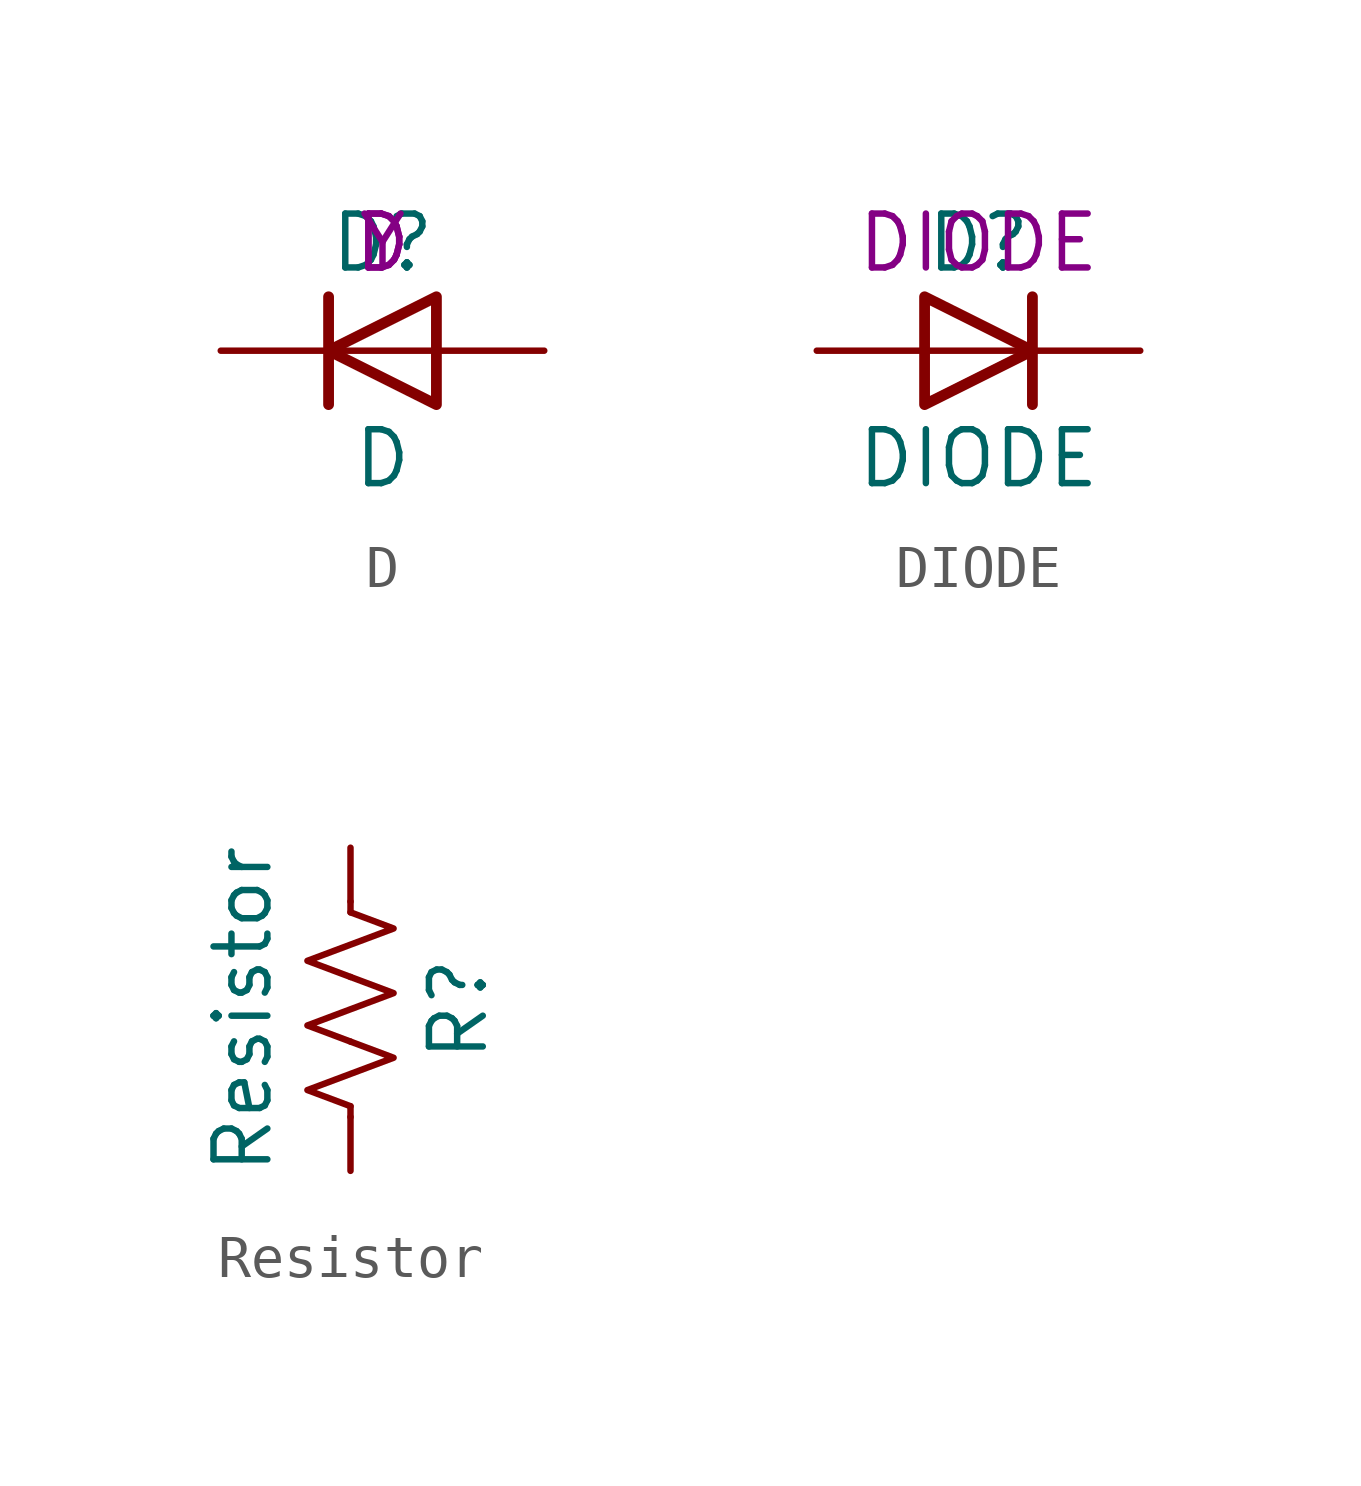
<source format=kicad_sym>
(kicad_symbol_lib
  (version 20211014)
  (generator kicad_symbol_editor)
  (symbol "D"
    (pin_numbers hide)
    (pin_names
      (offset 1.016) hide)
    (property "Reference" "D"
      (at 0 2.54 0)
      (effects (font (size 1.27 1.27))))
    (property "Value" "D"
      (at 0 -2.54 0)
      (effects (font (size 1.27 1.27))))
    (property "Spice_Primitive" "D"
      (at 0 2.54 0)
      (effects (font (size 1.27 1.27))))
    (property "Spice_Model" "D"
      (at 0 2.54 0)
      (effects (font (size 1.27 1.27))))
    (property "Spice_Netlist_Enabled" "Y"
      (at 0 2.54 0)
      (effects (font (size 1.27 1.27))))
    (symbol "D_0_1"
      (polyline (pts (xy -1.27 1.27) (xy -1.27 -1.27)) (stroke (width 0.254) (type default) (color 0 0 0 0)) (fill (type none)))
      (polyline (pts (xy 1.27 0) (xy -1.27 0)) (stroke (width 0) (type default) (color 0 0 0 0)) (fill (type none)))
      (polyline (pts (xy 1.27 1.27) (xy 1.27 -1.27) (xy -1.27 0) (xy 1.27 1.27)) (stroke (width 0.254) (type default) (color 0 0 0 0)) (fill (type none))))
    (symbol "D_1_1"
      (pin passive line (at -3.81 0 0) (length 2.54) (name "K" (effects (font (size 1.27 1.27)))) (number "1" (effects (font (size 1.27 1.27)))))
      (pin passive line (at 3.81 0 180) (length 2.54) (name "A" (effects (font (size 1.27 1.27)))) (number "2" (effects (font (size 1.27 1.27)))))))
  (symbol "DIODE"
    (pin_numbers hide)
    (pin_names
      (offset 1.016) hide)
    (property "Reference" "D"
      (at 0 2.54 0)
      (effects (font (size 1.27 1.27))))
    (property "Value" "DIODE"
      (at 0 -2.54 0)
      (effects (font (size 1.27 1.27))))
    (property "Spice_Model" "DIODE"
      (at 0 2.54 0)
      (effects (font (size 1.27 1.27))))
    (symbol "DIODE_0_1"
      (polyline (pts (xy 1.27 0) (xy -1.27 0)) (stroke (width 0) (type default) (color 0 0 0 0)) (fill (type none)))
      (polyline (pts (xy 1.27 1.27) (xy 1.27 -1.27)) (stroke (width 0.254) (type default) (color 0 0 0 0)) (fill (type none)))
      (polyline (pts (xy -1.27 -1.27) (xy -1.27 1.27) (xy 1.27 0) (xy -1.27 -1.27)) (stroke (width 0.254) (type default) (color 0 0 0 0)) (fill (type none))))
    (symbol "DIODE_1_1"
      (pin passive line (at -3.81 0 0) (length 2.54) (name "A" (effects (font (size 1.27 1.27)))) (number "1" (effects (font (size 1.27 1.27)))))
      (pin passive line (at 3.81 0 180) (length 2.54) (name "K" (effects (font (size 1.27 1.27)))) (number "2" (effects (font (size 1.27 1.27)))))))
  (symbol "Resistor"
    (pin_numbers hide)
    (pin_names
      (offset 0))
    (property "Reference" "R"
      (at 2.54 0 90)
      (effects (font (size 1.27 1.27))))
    (property "Value" "Resistor"
      (at -2.54 0 90)
      (effects (font (size 1.27 1.27))))
    (symbol "Resistor_0_1"
      (polyline (pts (xy 0 -2.286) (xy 0 -2.54)) (stroke (width 0) (type default) (color 0 0 0 0)) (fill (type none)))
      (polyline (pts (xy 0 2.286) (xy 0 2.54)) (stroke (width 0) (type default) (color 0 0 0 0)) (fill (type none)))
      (polyline (pts (xy 0 -0.762) (xy 1.016 -1.143) (xy 0 -1.524) (xy -1.016 -1.905) (xy 0 -2.286)) (stroke (width 0) (type default) (color 0 0 0 0)) (fill (type none)))
      (polyline (pts (xy 0 0.762) (xy 1.016 0.381) (xy 0 0) (xy -1.016 -0.381) (xy 0 -0.762)) (stroke (width 0) (type default) (color 0 0 0 0)) (fill (type none)))
      (polyline (pts (xy 0 2.286) (xy 1.016 1.905) (xy 0 1.524) (xy -1.016 1.143) (xy 0 0.762)) (stroke (width 0) (type default) (color 0 0 0 0)) (fill (type none))))
    (symbol "Resistor_1_1"
      (pin passive line (at 0 3.81 270) (length 1.27) (name "~" (effects (font (size 1.27 1.27)))) (number "1" (effects (font (size 1.27 1.27)))))
      (pin passive line (at 0 -3.81 90) (length 1.27) (name "~" (effects (font (size 1.27 1.27)))) (number "2" (effects (font (size 1.27 1.27))))))))
</source>
